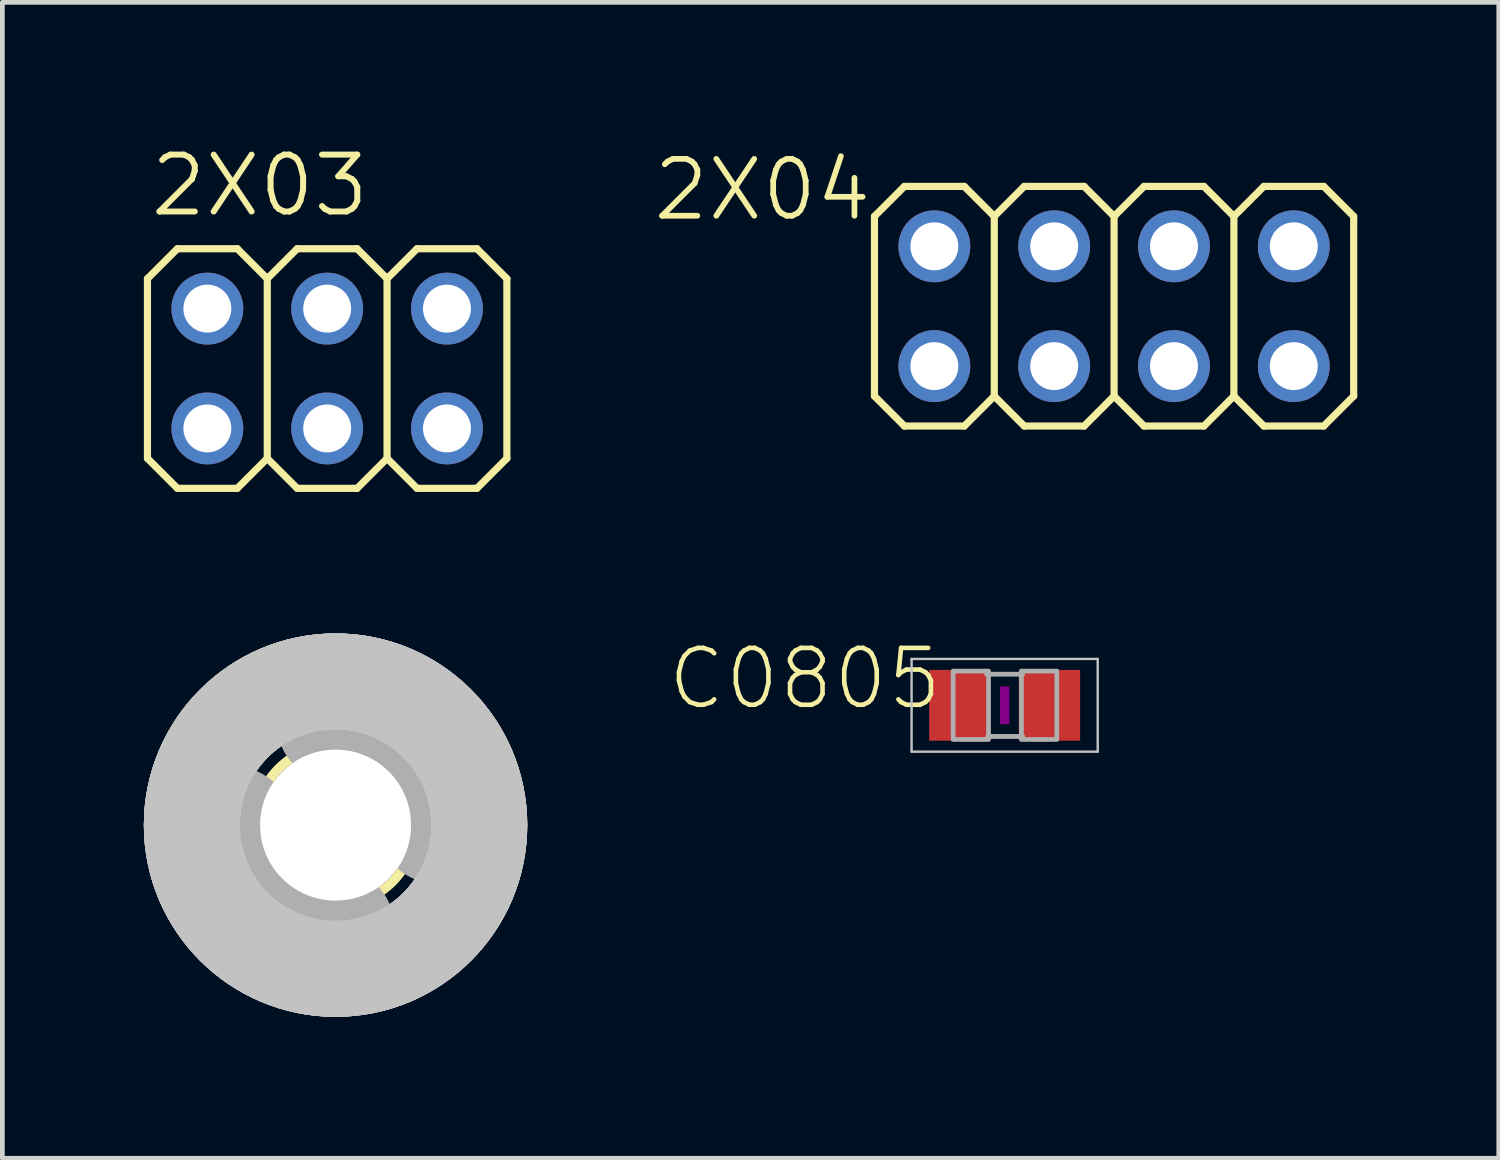
<source format=kicad_pcb>
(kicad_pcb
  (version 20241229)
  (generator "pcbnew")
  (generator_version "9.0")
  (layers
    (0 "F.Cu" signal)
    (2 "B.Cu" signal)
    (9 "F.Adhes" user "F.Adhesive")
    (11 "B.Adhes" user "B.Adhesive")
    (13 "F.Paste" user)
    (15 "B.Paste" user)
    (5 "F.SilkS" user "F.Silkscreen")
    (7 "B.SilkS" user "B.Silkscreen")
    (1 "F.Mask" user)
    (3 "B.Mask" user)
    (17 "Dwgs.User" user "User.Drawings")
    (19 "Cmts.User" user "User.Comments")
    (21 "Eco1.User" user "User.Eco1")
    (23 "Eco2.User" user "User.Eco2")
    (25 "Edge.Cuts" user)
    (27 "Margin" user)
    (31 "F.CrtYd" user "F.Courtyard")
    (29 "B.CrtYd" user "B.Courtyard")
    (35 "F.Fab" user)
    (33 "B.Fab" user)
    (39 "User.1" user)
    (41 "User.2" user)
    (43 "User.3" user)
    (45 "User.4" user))
  (footprint "C0805"
    (layer "F.Cu")
    (at 18.249 11.903)
    (property "Reference" "C0805" (at -1.27 -1.27 180) (layer "F.SilkS") (effects (font (size 1.206 1.206) (thickness 0.097)) (justify right top)))
    (attr through_hole)
    (fp_poly (pts (xy -0.1 0.4) (xy 0.1 0.4) (xy 0.1 -0.4) (xy -0.1 -0.4)) (stroke (width 0) (type solid)) (fill yes) (layer "F.Adhes"))
    (fp_line (start -1.973 -0.983) (end 1.973 -0.983) (stroke (width 0.051) (type solid)) (layer "Dwgs.User"))
    (fp_line (start -1.973 0.983) (end -1.973 -0.983) (stroke (width 0.051) (type solid)) (layer "Dwgs.User"))
    (fp_line (start 1.973 -0.983) (end 1.973 0.983) (stroke (width 0.051) (type solid)) (layer "Dwgs.User"))
    (fp_line (start 1.973 0.983) (end -1.973 0.983) (stroke (width 0.051) (type solid)) (layer "Dwgs.User"))
    (fp_line (start -0.381 -0.66) (end 0.381 -0.66) (stroke (width 0.102) (type solid)) (layer "F.Fab"))
    (fp_line (start -0.356 0.66) (end 0.381 0.66) (stroke (width 0.102) (type solid)) (layer "F.Fab"))
    (fp_poly (pts (xy -1.092 0.724) (xy -0.342 0.724) (xy -0.342 -0.726) (xy -1.092 -0.726)) (stroke (width 0.1) (type solid)) (fill no) (layer "F.Fab"))
    (fp_poly (pts (xy 0.356 0.724) (xy 1.106 0.724) (xy 1.106 -0.726) (xy 0.356 -0.726)) (stroke (width 0.1) (type solid)) (fill no) (layer "F.Fab"))
    (pad "1" smd rect (at -0.95 0) (size 1.3 1.5) (layers "F.Cu" "F.Mask" "F.Paste"))
    (pad "2" smd rect (at 0.95 0) (size 1.3 1.5) (layers "F.Cu" "F.Mask" "F.Paste")))
  (footprint "2X04"
    (layer "F.Cu")
    (at 20.569 3.442)
    (property "Reference" "2X04" (at -5.08 -3.175 180) (layer "F.SilkS") (effects (font (size 1.206 1.206) (thickness 0.121)) (justify right top)))
    (attr through_hole)
    (fp_line (start -5.08 -1.905) (end -4.445 -2.54) (stroke (width 0.152) (type solid)) (layer "F.SilkS"))
    (fp_line (start -5.08 1.905) (end -5.08 -1.905) (stroke (width 0.152) (type solid)) (layer "F.SilkS"))
    (fp_line (start -5.08 1.905) (end -4.445 2.54) (stroke (width 0.152) (type solid)) (layer "F.SilkS"))
    (fp_line (start -4.445 -2.54) (end -3.175 -2.54) (stroke (width 0.152) (type solid)) (layer "F.SilkS"))
    (fp_line (start -4.445 2.54) (end -3.175 2.54) (stroke (width 0.152) (type solid)) (layer "F.SilkS"))
    (fp_line (start -3.175 -2.54) (end -2.54 -1.905) (stroke (width 0.152) (type solid)) (layer "F.SilkS"))
    (fp_line (start -3.175 2.54) (end -2.54 1.905) (stroke (width 0.152) (type solid)) (layer "F.SilkS"))
    (fp_line (start -2.54 -1.905) (end -2.54 1.905) (stroke (width 0.152) (type solid)) (layer "F.SilkS"))
    (fp_line (start -2.54 -1.905) (end -1.905 -2.54) (stroke (width 0.152) (type solid)) (layer "F.SilkS"))
    (fp_line (start -2.54 1.905) (end -1.905 2.54) (stroke (width 0.152) (type solid)) (layer "F.SilkS"))
    (fp_line (start -1.905 -2.54) (end -0.635 -2.54) (stroke (width 0.152) (type solid)) (layer "F.SilkS"))
    (fp_line (start -1.905 2.54) (end -0.635 2.54) (stroke (width 0.152) (type solid)) (layer "F.SilkS"))
    (fp_line (start -0.635 -2.54) (end 0 -1.905) (stroke (width 0.152) (type solid)) (layer "F.SilkS"))
    (fp_line (start -0.635 2.54) (end 0 1.905) (stroke (width 0.152) (type solid)) (layer "F.SilkS"))
    (fp_line (start 0 -1.905) (end 0 1.905) (stroke (width 0.152) (type solid)) (layer "F.SilkS"))
    (fp_line (start 0 -1.905) (end 0.635 -2.54) (stroke (width 0.152) (type solid)) (layer "F.SilkS"))
    (fp_line (start 0 1.905) (end 0.635 2.54) (stroke (width 0.152) (type solid)) (layer "F.SilkS"))
    (fp_line (start 0.635 -2.54) (end 1.905 -2.54) (stroke (width 0.152) (type solid)) (layer "F.SilkS"))
    (fp_line (start 0.635 2.54) (end 1.905 2.54) (stroke (width 0.152) (type solid)) (layer "F.SilkS"))
    (fp_line (start 1.905 -2.54) (end 2.54 -1.905) (stroke (width 0.152) (type solid)) (layer "F.SilkS"))
    (fp_line (start 1.905 2.54) (end 2.54 1.905) (stroke (width 0.152) (type solid)) (layer "F.SilkS"))
    (fp_line (start 2.54 -1.905) (end 2.54 1.905) (stroke (width 0.152) (type solid)) (layer "F.SilkS"))
    (fp_line (start 2.54 -1.905) (end 3.175 -2.54) (stroke (width 0.152) (type solid)) (layer "F.SilkS"))
    (fp_line (start 2.54 1.905) (end 3.175 2.54) (stroke (width 0.152) (type solid)) (layer "F.SilkS"))
    (fp_line (start 3.175 -2.54) (end 4.445 -2.54) (stroke (width 0.152) (type solid)) (layer "F.SilkS"))
    (fp_line (start 3.175 2.54) (end 4.445 2.54) (stroke (width 0.152) (type solid)) (layer "F.SilkS"))
    (fp_line (start 4.445 -2.54) (end 5.08 -1.905) (stroke (width 0.152) (type solid)) (layer "F.SilkS"))
    (fp_line (start 4.445 2.54) (end 5.08 1.905) (stroke (width 0.152) (type solid)) (layer "F.SilkS"))
    (fp_line (start 5.08 -1.905) (end 5.08 1.905) (stroke (width 0.152) (type solid)) (layer "F.SilkS"))
    (fp_poly (pts (xy -4.064 -1.016) (xy -3.556 -1.016) (xy -3.556 -1.524) (xy -4.064 -1.524)) (stroke (width 0.1) (type solid)) (fill no) (layer "F.Fab"))
    (fp_poly (pts (xy -4.064 1.524) (xy -3.556 1.524) (xy -3.556 1.016) (xy -4.064 1.016)) (stroke (width 0.1) (type solid)) (fill no) (layer "F.Fab"))
    (fp_poly (pts (xy -1.524 -1.016) (xy -1.016 -1.016) (xy -1.016 -1.524) (xy -1.524 -1.524)) (stroke (width 0.1) (type solid)) (fill no) (layer "F.Fab"))
    (fp_poly (pts (xy -1.524 1.524) (xy -1.016 1.524) (xy -1.016 1.016) (xy -1.524 1.016)) (stroke (width 0.1) (type solid)) (fill no) (layer "F.Fab"))
    (fp_poly (pts (xy 1.016 -1.016) (xy 1.524 -1.016) (xy 1.524 -1.524) (xy 1.016 -1.524)) (stroke (width 0.1) (type solid)) (fill no) (layer "F.Fab"))
    (fp_poly (pts (xy 1.016 1.524) (xy 1.524 1.524) (xy 1.524 1.016) (xy 1.016 1.016)) (stroke (width 0.1) (type solid)) (fill no) (layer "F.Fab"))
    (fp_poly (pts (xy 3.556 -1.016) (xy 4.064 -1.016) (xy 4.064 -1.524) (xy 3.556 -1.524)) (stroke (width 0.1) (type solid)) (fill no) (layer "F.Fab"))
    (fp_poly (pts (xy 3.556 1.524) (xy 4.064 1.524) (xy 4.064 1.016) (xy 3.556 1.016)) (stroke (width 0.1) (type solid)) (fill no) (layer "F.Fab"))
    (pad "1" thru_hole circle (at -3.81 1.27) (size 1.524 1.524) (drill 1.016) (layers "*.Cu" "*.Mask"))
    (pad "2" thru_hole circle (at -3.81 -1.27) (size 1.524 1.524) (drill 1.016) (layers "*.Cu" "*.Mask"))
    (pad "3" thru_hole circle (at -1.27 1.27) (size 1.524 1.524) (drill 1.016) (layers "*.Cu" "*.Mask"))
    (pad "4" thru_hole circle (at -1.27 -1.27) (size 1.524 1.524) (drill 1.016) (layers "*.Cu" "*.Mask"))
    (pad "5" thru_hole circle (at 1.27 1.27) (size 1.524 1.524) (drill 1.016) (layers "*.Cu" "*.Mask"))
    (pad "6" thru_hole circle (at 1.27 -1.27) (size 1.524 1.524) (drill 1.016) (layers "*.Cu" "*.Mask"))
    (pad "7" thru_hole circle (at 3.81 1.27) (size 1.524 1.524) (drill 1.016) (layers "*.Cu" "*.Mask"))
    (pad "8" thru_hole circle (at 3.81 -1.27) (size 1.524 1.524) (drill 1.016) (layers "*.Cu" "*.Mask")))
  (footprint "2X03"
    (layer "F.Cu")
    (at 3.886 4.763)
    (property "Reference" "2X03" (at -3.81 -3.175 0) (layer "F.SilkS") (effects (font (size 1.206 1.206) (thickness 0.127)) (justify left bottom)))
    (attr through_hole)
    (fp_line (start -3.81 -1.905) (end -3.175 -2.54) (stroke (width 0.152) (type solid)) (layer "F.SilkS"))
    (fp_line (start -3.81 1.905) (end -3.81 -1.905) (stroke (width 0.152) (type solid)) (layer "F.SilkS"))
    (fp_line (start -3.81 1.905) (end -3.175 2.54) (stroke (width 0.152) (type solid)) (layer "F.SilkS"))
    (fp_line (start -3.175 -2.54) (end -1.905 -2.54) (stroke (width 0.152) (type solid)) (layer "F.SilkS"))
    (fp_line (start -3.175 2.54) (end -1.905 2.54) (stroke (width 0.152) (type solid)) (layer "F.SilkS"))
    (fp_line (start -1.905 -2.54) (end -1.27 -1.905) (stroke (width 0.152) (type solid)) (layer "F.SilkS"))
    (fp_line (start -1.905 2.54) (end -1.27 1.905) (stroke (width 0.152) (type solid)) (layer "F.SilkS"))
    (fp_line (start -1.27 -1.905) (end -1.27 1.905) (stroke (width 0.152) (type solid)) (layer "F.SilkS"))
    (fp_line (start -1.27 -1.905) (end -0.635 -2.54) (stroke (width 0.152) (type solid)) (layer "F.SilkS"))
    (fp_line (start -1.27 1.905) (end -0.635 2.54) (stroke (width 0.152) (type solid)) (layer "F.SilkS"))
    (fp_line (start -0.635 -2.54) (end 0.635 -2.54) (stroke (width 0.152) (type solid)) (layer "F.SilkS"))
    (fp_line (start -0.635 2.54) (end 0.635 2.54) (stroke (width 0.152) (type solid)) (layer "F.SilkS"))
    (fp_line (start 0.635 -2.54) (end 1.27 -1.905) (stroke (width 0.152) (type solid)) (layer "F.SilkS"))
    (fp_line (start 0.635 2.54) (end 1.27 1.905) (stroke (width 0.152) (type solid)) (layer "F.SilkS"))
    (fp_line (start 1.27 -1.905) (end 1.27 1.905) (stroke (width 0.152) (type solid)) (layer "F.SilkS"))
    (fp_line (start 1.27 -1.905) (end 1.905 -2.54) (stroke (width 0.152) (type solid)) (layer "F.SilkS"))
    (fp_line (start 1.27 1.905) (end 1.905 2.54) (stroke (width 0.152) (type solid)) (layer "F.SilkS"))
    (fp_line (start 1.905 -2.54) (end 3.175 -2.54) (stroke (width 0.152) (type solid)) (layer "F.SilkS"))
    (fp_line (start 1.905 2.54) (end 3.175 2.54) (stroke (width 0.152) (type solid)) (layer "F.SilkS"))
    (fp_line (start 3.175 -2.54) (end 3.81 -1.905) (stroke (width 0.152) (type solid)) (layer "F.SilkS"))
    (fp_line (start 3.175 2.54) (end 3.81 1.905) (stroke (width 0.152) (type solid)) (layer "F.SilkS"))
    (fp_line (start 3.81 -1.905) (end 3.81 1.905) (stroke (width 0.152) (type solid)) (layer "F.SilkS"))
    (fp_poly (pts (xy -2.794 -1.016) (xy -2.286 -1.016) (xy -2.286 -1.524) (xy -2.794 -1.524)) (stroke (width 0.1) (type solid)) (fill no) (layer "F.Fab"))
    (fp_poly (pts (xy -2.794 1.524) (xy -2.286 1.524) (xy -2.286 1.016) (xy -2.794 1.016)) (stroke (width 0.1) (type solid)) (fill no) (layer "F.Fab"))
    (fp_poly (pts (xy -0.254 -1.016) (xy 0.254 -1.016) (xy 0.254 -1.524) (xy -0.254 -1.524)) (stroke (width 0.1) (type solid)) (fill no) (layer "F.Fab"))
    (fp_poly (pts (xy -0.254 1.524) (xy 0.254 1.524) (xy 0.254 1.016) (xy -0.254 1.016)) (stroke (width 0.1) (type solid)) (fill no) (layer "F.Fab"))
    (fp_poly (pts (xy 2.286 -1.016) (xy 2.794 -1.016) (xy 2.794 -1.524) (xy 2.286 -1.524)) (stroke (width 0.1) (type solid)) (fill no) (layer "F.Fab"))
    (fp_poly (pts (xy 2.286 1.524) (xy 2.794 1.524) (xy 2.794 1.016) (xy 2.286 1.016)) (stroke (width 0.1) (type solid)) (fill no) (layer "F.Fab"))
    (pad "1" thru_hole circle (at -2.54 1.27) (size 1.524 1.524) (drill 1.016) (layers "*.Cu" "*.Mask"))
    (pad "2" thru_hole circle (at -2.54 -1.27) (size 1.524 1.524) (drill 1.016) (layers "*.Cu" "*.Mask"))
    (pad "3" thru_hole circle (at 0 1.27) (size 1.524 1.524) (drill 1.016) (layers "*.Cu" "*.Mask"))
    (pad "4" thru_hole circle (at 0 -1.27) (size 1.524 1.524) (drill 1.016) (layers "*.Cu" "*.Mask"))
    (pad "5" thru_hole circle (at 2.54 1.27) (size 1.524 1.524) (drill 1.016) (layers "*.Cu" "*.Mask"))
    (pad "6" thru_hole circle (at 2.54 -1.27) (size 1.524 1.524) (drill 1.016) (layers "*.Cu" "*.Mask")))
  (footprint "3,2"
    (layer "F.Cu")
    (at 4.064 14.443)
    (property "Reference" "3,2" (at 0 0 0) (layer "F.SilkS") (effects (font (size 1.27 1.27) (thickness 0.15))))
    (attr through_hole)
    (fp_circle (center 0 0) (end 1.7 0) (stroke (width 0.203) (type solid)) (fill no) (layer "F.SilkS"))
    (fp_circle (center 0 0) (end 3.429 0) (stroke (width 0.152) (type solid)) (fill no) (layer "F.SilkS"))
    (fp_circle (center 0 0) (end 3.048 0) (stroke (width 2.032) (type solid)) (fill no) (layer "Dwgs.User"))
    (fp_circle (center 0 0) (end 3.048 0) (stroke (width 2.032) (type solid)) (fill no) (layer "Dwgs.User"))
    (fp_circle (center 0 0) (end 3.048 0) (stroke (width 2.032) (type solid)) (fill no) (layer "Dwgs.User"))
    (fp_circle (center 0 0) (end 3.048 0) (stroke (width 2.032) (type solid)) (fill no) (layer "Dwgs.User"))
    (fp_circle (center 0 0) (end 3.048 0) (stroke (width 2.032) (type solid)) (fill no) (layer "Dwgs.User"))
    (fp_arc (start 0 -2.159) (mid 1.526644 -1.526644) (end 2.159 0) (stroke (width 2.4892) (type solid)) (layer "F.Fab"))
    (fp_arc (start 0 2.159) (mid -1.526644 1.526644) (end -2.159 0) (stroke (width 2.4892) (type solid)) (layer "F.Fab"))
    (fp_circle (center 0 0) (end 0.762 0) (stroke (width 0.457) (type solid)) (fill no) (layer "F.Fab"))
    (pad "" np_thru_hole circle (at 0 0) (size 3.2 3.2) (drill 3.2) (layers "*.Cu")))
  (gr_rect
    (start -3 -3)
    (end 28.725 21.507)
    (stroke (width 0.1) (type default))
    (fill no)
    (layer "Edge.Cuts")))
</source>
